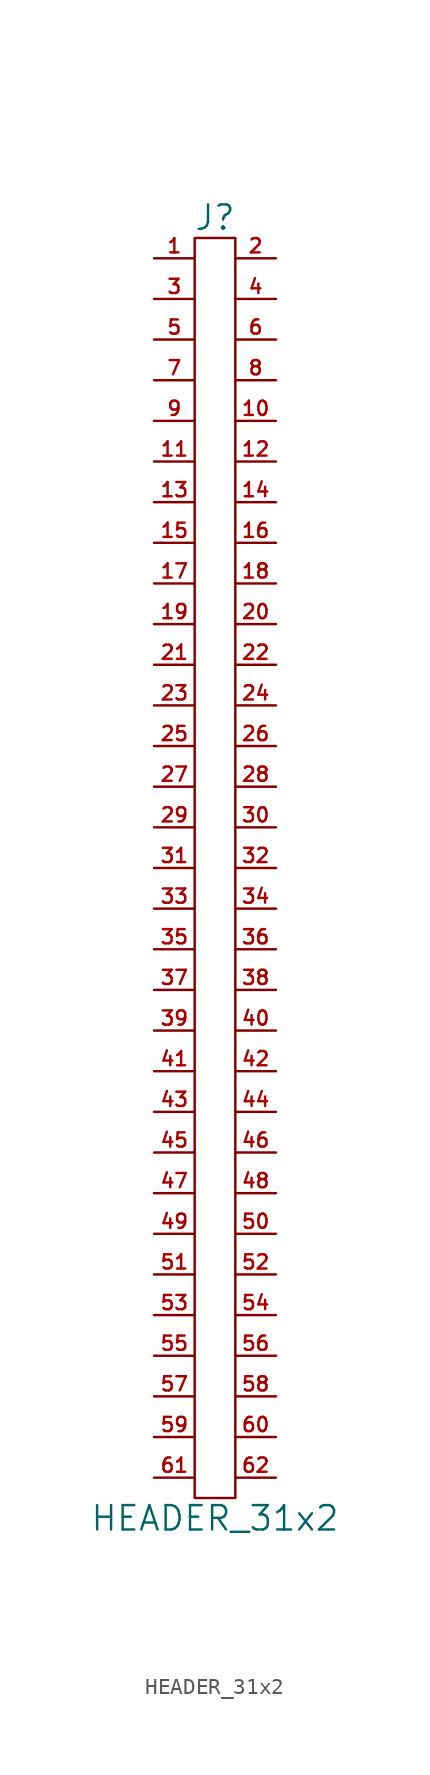
<source format=kicad_sym>
(kicad_symbol_lib
  (version 20201005)
  (generator kicad_symbol_editor)
  (symbol "HEADER_31x2"
    (pin_names
      (offset 0))
    (property "Reference" "J"
      (at 0 40.64 0)
      (effects (font (size 1.524 1.524))))
    (property "Value" "HEADER_31x2"
      (at 0 -40.64 0)
      (effects (font (size 1.524 1.524))))
    (property "Footprint" ""
      (at 0 -1.27 0)
      (effects (font (size 1.524 1.524))))
    (property "Datasheet" ""
      (at 0 -1.27 0)
      (effects (font (size 1.524 1.524))))
    (symbol "HEADER_31x2_0_1"
      (rectangle (start 1.27 -39.37) (end -1.27 39.37) (stroke (width 0)) (fill (type none))))
    (symbol "HEADER_31x2_1_1"
      (pin passive line (at -3.81 38.1 0) (length 2.54) (name "~" (effects (font (size 1.27 1.27)))) (number "1" (effects (font (size 0.889 0.889)))))
      (pin passive line (at 3.81 27.94 180) (length 2.54) (name "~" (effects (font (size 1.27 1.27)))) (number "10" (effects (font (size 0.889 0.889)))))
      (pin passive line (at -3.81 25.4 0) (length 2.54) (name "~" (effects (font (size 1.27 1.27)))) (number "11" (effects (font (size 0.889 0.889)))))
      (pin passive line (at 3.81 25.4 180) (length 2.54) (name "~" (effects (font (size 1.27 1.27)))) (number "12" (effects (font (size 0.889 0.889)))))
      (pin passive line (at -3.81 22.86 0) (length 2.54) (name "~" (effects (font (size 1.27 1.27)))) (number "13" (effects (font (size 0.889 0.889)))))
      (pin passive line (at 3.81 22.86 180) (length 2.54) (name "~" (effects (font (size 1.27 1.27)))) (number "14" (effects (font (size 0.889 0.889)))))
      (pin passive line (at -3.81 20.32 0) (length 2.54) (name "~" (effects (font (size 1.27 1.27)))) (number "15" (effects (font (size 0.889 0.889)))))
      (pin passive line (at 3.81 20.32 180) (length 2.54) (name "~" (effects (font (size 1.27 1.27)))) (number "16" (effects (font (size 0.889 0.889)))))
      (pin passive line (at -3.81 17.78 0) (length 2.54) (name "~" (effects (font (size 1.27 1.27)))) (number "17" (effects (font (size 0.889 0.889)))))
      (pin passive line (at 3.81 17.78 180) (length 2.54) (name "~" (effects (font (size 1.27 1.27)))) (number "18" (effects (font (size 0.889 0.889)))))
      (pin passive line (at -3.81 15.24 0) (length 2.54) (name "~" (effects (font (size 1.27 1.27)))) (number "19" (effects (font (size 0.889 0.889)))))
      (pin passive line (at 3.81 38.1 180) (length 2.54) (name "~" (effects (font (size 1.27 1.27)))) (number "2" (effects (font (size 0.889 0.889)))))
      (pin passive line (at 3.81 15.24 180) (length 2.54) (name "~" (effects (font (size 1.27 1.27)))) (number "20" (effects (font (size 0.889 0.889)))))
      (pin passive line (at -3.81 12.7 0) (length 2.54) (name "~" (effects (font (size 1.27 1.27)))) (number "21" (effects (font (size 0.889 0.889)))))
      (pin passive line (at 3.81 12.7 180) (length 2.54) (name "~" (effects (font (size 1.27 1.27)))) (number "22" (effects (font (size 0.889 0.889)))))
      (pin passive line (at -3.81 10.16 0) (length 2.54) (name "~" (effects (font (size 1.27 1.27)))) (number "23" (effects (font (size 0.889 0.889)))))
      (pin passive line (at 3.81 10.16 180) (length 2.54) (name "~" (effects (font (size 1.27 1.27)))) (number "24" (effects (font (size 0.889 0.889)))))
      (pin passive line (at -3.81 7.62 0) (length 2.54) (name "~" (effects (font (size 1.27 1.27)))) (number "25" (effects (font (size 0.889 0.889)))))
      (pin passive line (at 3.81 7.62 180) (length 2.54) (name "~" (effects (font (size 1.27 1.27)))) (number "26" (effects (font (size 0.889 0.889)))))
      (pin passive line (at -3.81 5.08 0) (length 2.54) (name "~" (effects (font (size 1.27 1.27)))) (number "27" (effects (font (size 0.889 0.889)))))
      (pin passive line (at 3.81 5.08 180) (length 2.54) (name "~" (effects (font (size 1.27 1.27)))) (number "28" (effects (font (size 0.889 0.889)))))
      (pin passive line (at -3.81 2.54 0) (length 2.54) (name "~" (effects (font (size 1.27 1.27)))) (number "29" (effects (font (size 0.889 0.889)))))
      (pin passive line (at -3.81 35.56 0) (length 2.54) (name "~" (effects (font (size 1.27 1.27)))) (number "3" (effects (font (size 0.889 0.889)))))
      (pin passive line (at 3.81 2.54 180) (length 2.54) (name "~" (effects (font (size 1.27 1.27)))) (number "30" (effects (font (size 0.889 0.889)))))
      (pin passive line (at -3.81 0 0) (length 2.54) (name "~" (effects (font (size 1.27 1.27)))) (number "31" (effects (font (size 0.889 0.889)))))
      (pin passive line (at 3.81 0 180) (length 2.54) (name "~" (effects (font (size 1.27 1.27)))) (number "32" (effects (font (size 0.889 0.889)))))
      (pin passive line (at -3.81 -2.54 0) (length 2.54) (name "~" (effects (font (size 1.27 1.27)))) (number "33" (effects (font (size 0.889 0.889)))))
      (pin passive line (at 3.81 -2.54 180) (length 2.54) (name "~" (effects (font (size 1.27 1.27)))) (number "34" (effects (font (size 0.889 0.889)))))
      (pin passive line (at -3.81 -5.08 0) (length 2.54) (name "~" (effects (font (size 1.27 1.27)))) (number "35" (effects (font (size 0.889 0.889)))))
      (pin passive line (at 3.81 -5.08 180) (length 2.54) (name "~" (effects (font (size 1.27 1.27)))) (number "36" (effects (font (size 0.889 0.889)))))
      (pin passive line (at -3.81 -7.62 0) (length 2.54) (name "~" (effects (font (size 0.889 0.889)))) (number "37" (effects (font (size 0.889 0.889)))))
      (pin passive line (at 3.81 -7.62 180) (length 2.54) (name "~" (effects (font (size 1.27 1.27)))) (number "38" (effects (font (size 0.889 0.889)))))
      (pin passive line (at -3.81 -10.16 0) (length 2.54) (name "~" (effects (font (size 1.27 1.27)))) (number "39" (effects (font (size 0.889 0.889)))))
      (pin passive line (at 3.81 35.56 180) (length 2.54) (name "~" (effects (font (size 1.27 1.27)))) (number "4" (effects (font (size 0.889 0.889)))))
      (pin passive line (at 3.81 -10.16 180) (length 2.54) (name "~" (effects (font (size 1.27 1.27)))) (number "40" (effects (font (size 0.889 0.889)))))
      (pin passive line (at -3.81 -12.7 0) (length 2.54) (name "~" (effects (font (size 1.27 1.27)))) (number "41" (effects (font (size 0.889 0.889)))))
      (pin passive line (at 3.81 -12.7 180) (length 2.54) (name "~" (effects (font (size 1.27 1.27)))) (number "42" (effects (font (size 0.889 0.889)))))
      (pin passive line (at -3.81 -15.24 0) (length 2.54) (name "~" (effects (font (size 1.27 1.27)))) (number "43" (effects (font (size 0.889 0.889)))))
      (pin passive line (at 3.81 -15.24 180) (length 2.54) (name "~" (effects (font (size 1.27 1.27)))) (number "44" (effects (font (size 0.889 0.889)))))
      (pin passive line (at -3.81 -17.78 0) (length 2.54) (name "~" (effects (font (size 1.27 1.27)))) (number "45" (effects (font (size 0.889 0.889)))))
      (pin passive line (at 3.81 -17.78 180) (length 2.54) (name "~" (effects (font (size 1.27 1.27)))) (number "46" (effects (font (size 0.889 0.889)))))
      (pin passive line (at -3.81 -20.32 0) (length 2.54) (name "~" (effects (font (size 1.27 1.27)))) (number "47" (effects (font (size 0.889 0.889)))))
      (pin passive line (at 3.81 -20.32 180) (length 2.54) (name "~" (effects (font (size 1.27 1.27)))) (number "48" (effects (font (size 0.889 0.889)))))
      (pin passive line (at -3.81 -22.86 0) (length 2.54) (name "~" (effects (font (size 1.27 1.27)))) (number "49" (effects (font (size 0.889 0.889)))))
      (pin passive line (at -3.81 33.02 0) (length 2.54) (name "~" (effects (font (size 1.27 1.27)))) (number "5" (effects (font (size 0.889 0.889)))))
      (pin passive line (at 3.81 -22.86 180) (length 2.54) (name "~" (effects (font (size 1.27 1.27)))) (number "50" (effects (font (size 0.889 0.889)))))
      (pin passive line (at -3.81 -25.4 0) (length 2.54) (name "~" (effects (font (size 1.27 1.27)))) (number "51" (effects (font (size 0.889 0.889)))))
      (pin passive line (at 3.81 -25.4 180) (length 2.54) (name "~" (effects (font (size 1.27 1.27)))) (number "52" (effects (font (size 0.889 0.889)))))
      (pin passive line (at -3.81 -27.94 0) (length 2.54) (name "~" (effects (font (size 1.27 1.27)))) (number "53" (effects (font (size 0.889 0.889)))))
      (pin passive line (at 3.81 -27.94 180) (length 2.54) (name "~" (effects (font (size 1.27 1.27)))) (number "54" (effects (font (size 0.889 0.889)))))
      (pin passive line (at -3.81 -30.48 0) (length 2.54) (name "~" (effects (font (size 1.27 1.27)))) (number "55" (effects (font (size 0.889 0.889)))))
      (pin passive line (at 3.81 -30.48 180) (length 2.54) (name "~" (effects (font (size 1.27 1.27)))) (number "56" (effects (font (size 0.889 0.889)))))
      (pin passive line (at -3.81 -33.02 0) (length 2.54) (name "~" (effects (font (size 1.27 1.27)))) (number "57" (effects (font (size 0.889 0.889)))))
      (pin passive line (at 3.81 -33.02 180) (length 2.54) (name "~" (effects (font (size 1.27 1.27)))) (number "58" (effects (font (size 0.889 0.889)))))
      (pin passive line (at -3.81 -35.56 0) (length 2.54) (name "~" (effects (font (size 1.27 1.27)))) (number "59" (effects (font (size 0.889 0.889)))))
      (pin passive line (at 3.81 33.02 180) (length 2.54) (name "~" (effects (font (size 1.27 1.27)))) (number "6" (effects (font (size 0.889 0.889)))))
      (pin passive line (at 3.81 -35.56 180) (length 2.54) (name "~" (effects (font (size 1.27 1.27)))) (number "60" (effects (font (size 0.889 0.889)))))
      (pin passive line (at -3.81 -38.1 0) (length 2.54) (name "~" (effects (font (size 1.27 1.27)))) (number "61" (effects (font (size 0.889 0.889)))))
      (pin passive line (at 3.81 -38.1 180) (length 2.54) (name "~" (effects (font (size 1.27 1.27)))) (number "62" (effects (font (size 0.889 0.889)))))
      (pin passive line (at -3.81 30.48 0) (length 2.54) (name "~" (effects (font (size 1.27 1.27)))) (number "7" (effects (font (size 0.889 0.889)))))
      (pin passive line (at 3.81 30.48 180) (length 2.54) (name "~" (effects (font (size 1.27 1.27)))) (number "8" (effects (font (size 0.889 0.889)))))
      (pin passive line (at -3.81 27.94 0) (length 2.54) (name "~" (effects (font (size 1.27 1.27)))) (number "9" (effects (font (size 0.889 0.889))))))))
</source>
